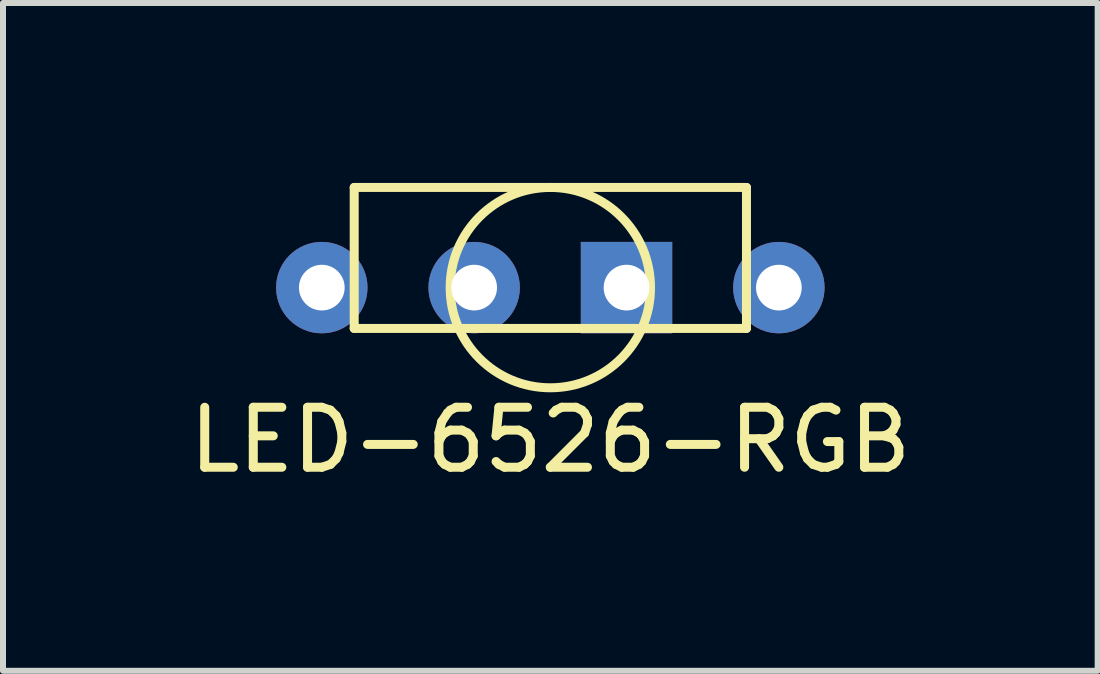
<source format=kicad_pcb>
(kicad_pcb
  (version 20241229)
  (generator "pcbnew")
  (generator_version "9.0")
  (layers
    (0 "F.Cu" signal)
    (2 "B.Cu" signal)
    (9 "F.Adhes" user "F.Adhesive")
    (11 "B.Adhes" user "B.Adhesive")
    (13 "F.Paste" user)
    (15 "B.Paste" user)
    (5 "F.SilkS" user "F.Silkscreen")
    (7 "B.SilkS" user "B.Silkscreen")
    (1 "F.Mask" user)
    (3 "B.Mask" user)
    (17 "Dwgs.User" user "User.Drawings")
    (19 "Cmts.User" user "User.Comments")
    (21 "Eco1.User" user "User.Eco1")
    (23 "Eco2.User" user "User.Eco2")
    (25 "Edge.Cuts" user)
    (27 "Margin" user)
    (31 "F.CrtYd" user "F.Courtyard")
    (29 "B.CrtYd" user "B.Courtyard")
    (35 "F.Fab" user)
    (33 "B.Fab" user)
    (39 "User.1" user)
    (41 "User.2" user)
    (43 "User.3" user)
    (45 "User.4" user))
  (footprint "LED-6526-RGB"
    (layer "F.Cu")
    (at 6.125 1.745)
    (property "Reference" "LED-6526-RGB" (at 0 2.54 0) (layer "F.SilkS") (effects (font (size 1 1) (thickness 0.15))))
    (attr through_hole)
    (fp_line (start -3.27 -1.67) (end -3.27 0.68) (stroke (width 0.15) (type solid)) (layer "F.SilkS"))
    (fp_line (start -3.27 -1.67) (end 3.27 -1.67) (stroke (width 0.15) (type solid)) (layer "F.SilkS"))
    (fp_line (start -3.27 0.68) (end 3.27 0.68) (stroke (width 0.15) (type solid)) (layer "F.SilkS"))
    (fp_line (start 3.27 -1.67) (end 3.27 0.68) (stroke (width 0.15) (type solid)) (layer "F.SilkS"))
    (fp_circle (center 0 0) (end 1.67 0) (stroke (width 0.15) (type solid)) (fill no) (layer "F.SilkS"))
    (pad "1" thru_hole circle (at 3.81 0) (size 1.524 1.524) (drill 0.762) (layers "*.Cu" "*.Mask"))
    (pad "2" thru_hole rect (at 1.27 0) (size 1.524 1.524) (drill 0.762) (layers "*.Cu" "*.Mask"))
    (pad "3" thru_hole circle (at -1.27 0) (size 1.524 1.524) (drill 0.762) (layers "*.Cu" "*.Mask"))
    (pad "4" thru_hole circle (at -3.81 0) (size 1.524 1.524) (drill 0.762) (layers "*.Cu" "*.Mask")))
  (gr_rect
    (start -3 -3)
    (end 15.25 8.133)
    (stroke (width 0.1) (type default))
    (fill no)
    (layer "Edge.Cuts")))
</source>
